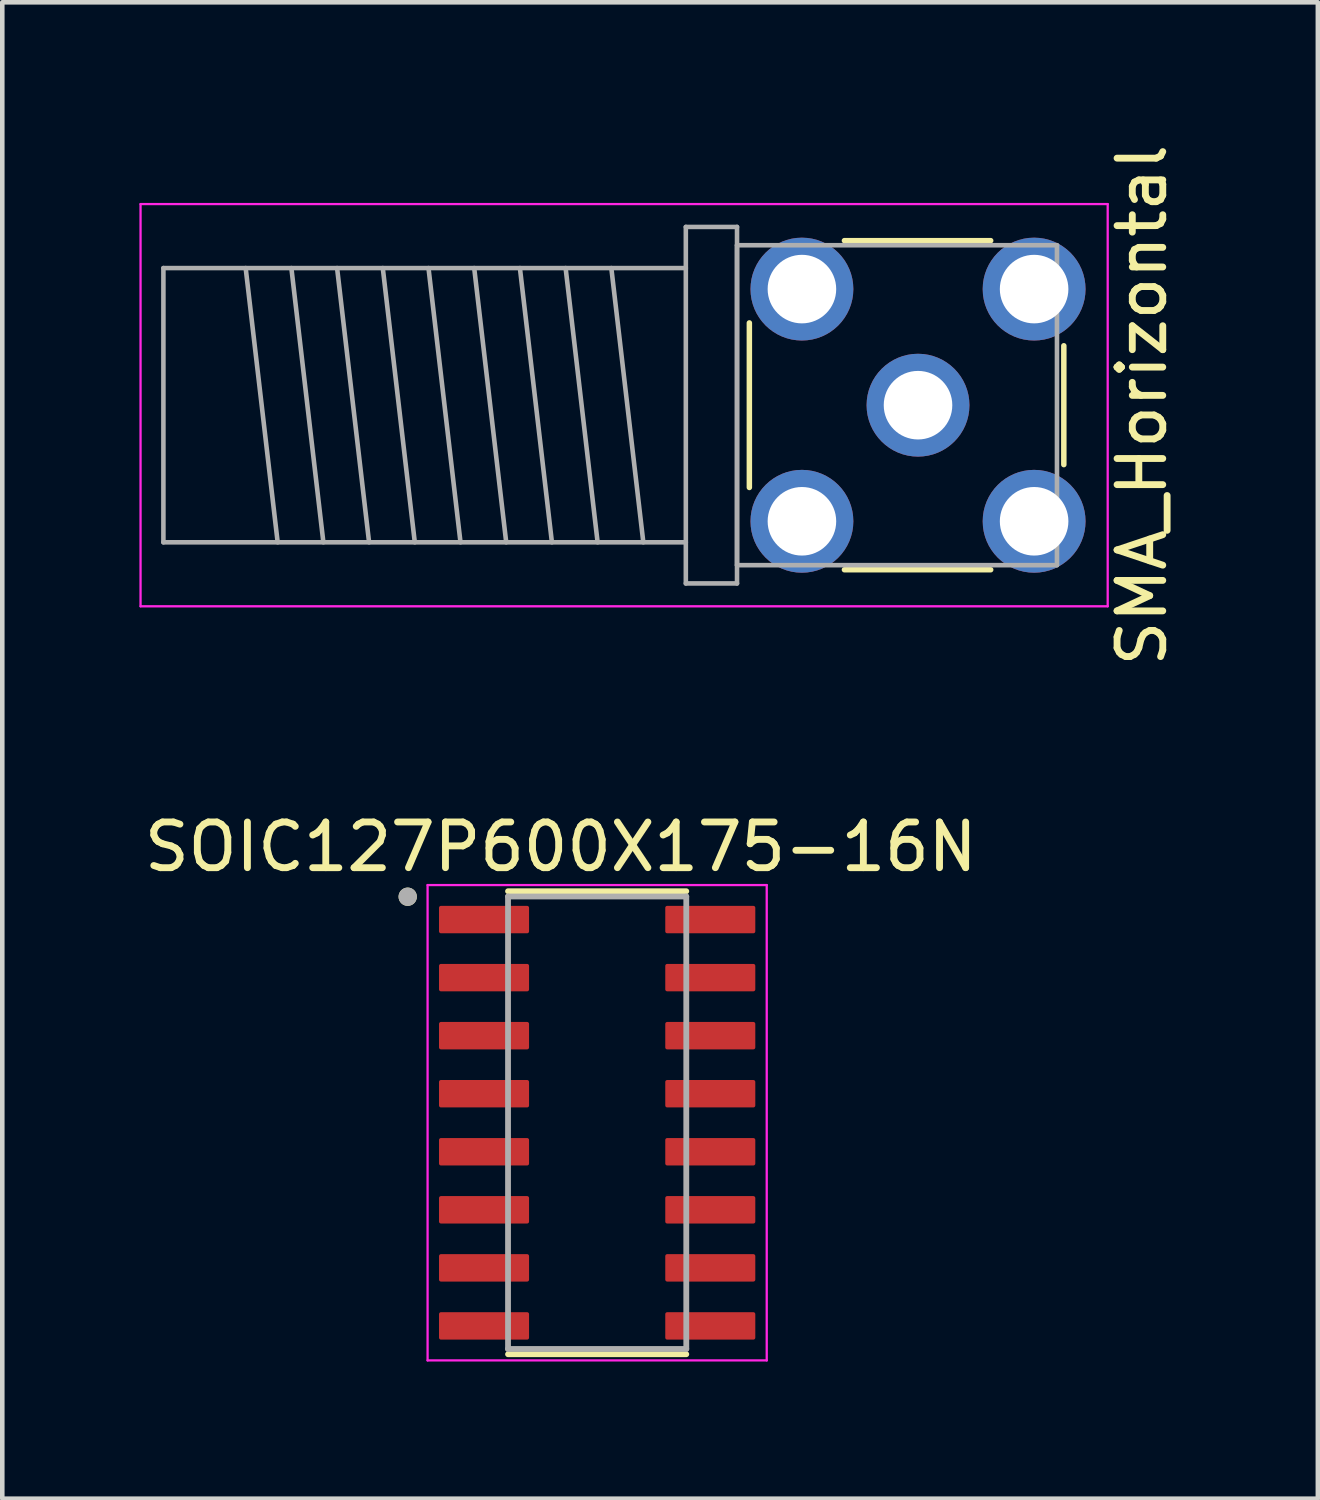
<source format=kicad_pcb>
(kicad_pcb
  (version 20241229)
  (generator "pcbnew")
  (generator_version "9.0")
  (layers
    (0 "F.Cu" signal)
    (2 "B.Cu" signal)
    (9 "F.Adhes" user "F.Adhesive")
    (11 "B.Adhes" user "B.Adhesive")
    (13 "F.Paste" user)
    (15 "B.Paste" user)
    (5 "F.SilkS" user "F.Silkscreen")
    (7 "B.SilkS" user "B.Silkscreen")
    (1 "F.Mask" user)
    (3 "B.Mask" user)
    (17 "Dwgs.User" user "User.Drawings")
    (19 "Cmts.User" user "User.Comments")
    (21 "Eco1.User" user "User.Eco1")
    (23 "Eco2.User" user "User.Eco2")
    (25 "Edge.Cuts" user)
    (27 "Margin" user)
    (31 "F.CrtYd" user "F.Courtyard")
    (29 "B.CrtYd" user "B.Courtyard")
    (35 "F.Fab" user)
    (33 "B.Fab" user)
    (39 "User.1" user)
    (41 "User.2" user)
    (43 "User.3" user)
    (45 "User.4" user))
  (footprint "SMA_Horizontal"
    (layer "F.Cu")
    (at 17.035 5.815)
    (property "Reference" "SMA_Horizontal" (at 4.9 0 270) (layer "F.SilkS") (effects (font (size 1 1) (thickness 0.15))))
    (attr through_hole)
    (fp_line (start -3.69 1.8) (end -3.69 -1.8) (stroke (width 0.12) (type solid)) (layer "F.SilkS"))
    (fp_line (start -1.61 -3.6) (end 1.59 -3.6) (stroke (width 0.12) (type solid)) (layer "F.SilkS"))
    (fp_line (start -1.61 3.6) (end 1.59 3.6) (stroke (width 0.12) (type solid)) (layer "F.SilkS"))
    (fp_line (start 3.19 1.3) (end 3.19 -1.3) (stroke (width 0.12) (type solid)) (layer "F.SilkS"))
    (fp_line (start -17.01 4.4) (end -17.01 -4.4) (stroke (width 0.05) (type solid)) (layer "F.CrtYd"))
    (fp_line (start -17.01 4.4) (end 4.15 4.4) (stroke (width 0.05) (type solid)) (layer "F.CrtYd"))
    (fp_line (start 4.15 -4.4) (end -17.01 -4.4) (stroke (width 0.05) (type solid)) (layer "F.CrtYd"))
    (fp_line (start 4.15 -4.4) (end 4.15 4.4) (stroke (width 0.05) (type solid)) (layer "F.CrtYd"))
    (fp_line (start -16.51 -3) (end -5.08 -3) (stroke (width 0.1) (type solid)) (layer "F.Fab"))
    (fp_line (start -16.51 3) (end -16.51 -3) (stroke (width 0.1) (type solid)) (layer "F.Fab"))
    (fp_line (start -16.51 3) (end -5.08 3) (stroke (width 0.1) (type solid)) (layer "F.Fab"))
    (fp_line (start -14.01 3) (end -14.71 -3) (stroke (width 0.1) (type solid)) (layer "F.Fab"))
    (fp_line (start -13.01 3) (end -13.71 -3) (stroke (width 0.1) (type solid)) (layer "F.Fab"))
    (fp_line (start -12.01 3) (end -12.71 -3) (stroke (width 0.1) (type solid)) (layer "F.Fab"))
    (fp_line (start -11.01 3) (end -11.71 -3) (stroke (width 0.1) (type solid)) (layer "F.Fab"))
    (fp_line (start -10.01 3) (end -10.71 -3) (stroke (width 0.1) (type solid)) (layer "F.Fab"))
    (fp_line (start -9.01 3) (end -9.71 -3) (stroke (width 0.1) (type solid)) (layer "F.Fab"))
    (fp_line (start -8.01 3) (end -8.71 -3) (stroke (width 0.1) (type solid)) (layer "F.Fab"))
    (fp_line (start -7.01 3) (end -7.71 -3) (stroke (width 0.1) (type solid)) (layer "F.Fab"))
    (fp_line (start -6.01 3) (end -6.71 -3) (stroke (width 0.1) (type solid)) (layer "F.Fab"))
    (fp_line (start -5.08 -3.9) (end -5.08 3.9) (stroke (width 0.1) (type solid)) (layer "F.Fab"))
    (fp_line (start -5.08 3.9) (end -3.96 3.9) (stroke (width 0.1) (type solid)) (layer "F.Fab"))
    (fp_line (start -3.96 -3.9) (end -5.08 -3.9) (stroke (width 0.1) (type solid)) (layer "F.Fab"))
    (fp_line (start -3.96 -3.5) (end 3.04 -3.5) (stroke (width 0.1) (type solid)) (layer "F.Fab"))
    (fp_line (start -3.96 3.5) (end -3.96 -3.5) (stroke (width 0.1) (type solid)) (layer "F.Fab"))
    (fp_line (start -3.96 3.5) (end 3.04 3.5) (stroke (width 0.1) (type solid)) (layer "F.Fab"))
    (fp_line (start -3.96 3.9) (end -3.96 -3.9) (stroke (width 0.1) (type solid)) (layer "F.Fab"))
    (fp_line (start 3.04 3.5) (end 3.04 -3.5) (stroke (width 0.1) (type solid)) (layer "F.Fab"))
    (pad "1" thru_hole circle (at 0 0) (size 2.25 2.25) (drill 1.5) (layers "*.Cu" "*.Mask"))
    (pad "2" thru_hole circle (at -2.54 -2.54) (size 2.25 2.25) (drill 1.5) (layers "*.Cu" "*.Mask"))
    (pad "2" thru_hole circle (at -2.54 2.54) (size 2.25 2.25) (drill 1.5) (layers "*.Cu" "*.Mask"))
    (pad "2" thru_hole circle (at 2.54 -2.54) (size 2.25 2.25) (drill 1.5) (layers "*.Cu" "*.Mask"))
    (pad "2" thru_hole circle (at 2.54 2.54 90) (size 2.25 2.25) (drill 1.5) (layers "*.Cu" "*.Mask")))
  (footprint "SOIC127P600X175-16N"
    (layer "F.Cu")
    (at 10.015 21.514)
    (property "Reference" "SOIC127P600X175-16N" (at -0.795 -6.035 0) (layer "F.SilkS") (effects (font (size 1 1) (thickness 0.15))))
    (attr smd)
    (fp_line (start -1.95 -5.065) (end 1.95 -5.065) (stroke (width 0.127) (type solid)) (layer "F.SilkS"))
    (fp_line (start -1.95 5.065) (end 1.95 5.065) (stroke (width 0.127) (type solid)) (layer "F.SilkS"))
    (fp_circle (center -4.145 -4.945) (end -4.045 -4.945) (stroke (width 0.2) (type solid)) (fill no) (layer "F.SilkS"))
    (fp_line (start -3.71 -5.2) (end -3.71 5.2) (stroke (width 0.05) (type solid)) (layer "F.CrtYd"))
    (fp_line (start -3.71 -5.2) (end 3.71 -5.2) (stroke (width 0.05) (type solid)) (layer "F.CrtYd"))
    (fp_line (start -3.71 5.2) (end 3.71 5.2) (stroke (width 0.05) (type solid)) (layer "F.CrtYd"))
    (fp_line (start 3.71 -5.2) (end 3.71 5.2) (stroke (width 0.05) (type solid)) (layer "F.CrtYd"))
    (fp_line (start -1.95 -4.95) (end -1.95 4.95) (stroke (width 0.127) (type solid)) (layer "F.Fab"))
    (fp_line (start -1.95 -4.95) (end 1.95 -4.95) (stroke (width 0.127) (type solid)) (layer "F.Fab"))
    (fp_line (start -1.95 4.95) (end 1.95 4.95) (stroke (width 0.127) (type solid)) (layer "F.Fab"))
    (fp_line (start 1.95 -4.95) (end 1.95 4.95) (stroke (width 0.127) (type solid)) (layer "F.Fab"))
    (fp_circle (center -4.145 -4.945) (end -4.045 -4.945) (stroke (width 0.2) (type solid)) (fill no) (layer "F.Fab"))
    (pad "1" smd roundrect (at -2.475 -4.445) (size 1.97 0.6) (layers "F.Cu" "F.Mask" "F.Paste") (roundrect_rratio 0.07))
    (pad "2" smd roundrect (at -2.475 -3.175) (size 1.97 0.6) (layers "F.Cu" "F.Mask" "F.Paste") (roundrect_rratio 0.07))
    (pad "3" smd roundrect (at -2.475 -1.905) (size 1.97 0.6) (layers "F.Cu" "F.Mask" "F.Paste") (roundrect_rratio 0.07))
    (pad "4" smd roundrect (at -2.475 -0.635) (size 1.97 0.6) (layers "F.Cu" "F.Mask" "F.Paste") (roundrect_rratio 0.07))
    (pad "5" smd roundrect (at -2.475 0.635) (size 1.97 0.6) (layers "F.Cu" "F.Mask" "F.Paste") (roundrect_rratio 0.07))
    (pad "6" smd roundrect (at -2.475 1.905) (size 1.97 0.6) (layers "F.Cu" "F.Mask" "F.Paste") (roundrect_rratio 0.07))
    (pad "7" smd roundrect (at -2.475 3.175) (size 1.97 0.6) (layers "F.Cu" "F.Mask" "F.Paste") (roundrect_rratio 0.07))
    (pad "8" smd roundrect (at -2.475 4.445) (size 1.97 0.6) (layers "F.Cu" "F.Mask" "F.Paste") (roundrect_rratio 0.07))
    (pad "9" smd roundrect (at 2.475 4.445) (size 1.97 0.6) (layers "F.Cu" "F.Mask" "F.Paste") (roundrect_rratio 0.07))
    (pad "10" smd roundrect (at 2.475 3.175) (size 1.97 0.6) (layers "F.Cu" "F.Mask" "F.Paste") (roundrect_rratio 0.07))
    (pad "11" smd roundrect (at 2.475 1.905) (size 1.97 0.6) (layers "F.Cu" "F.Mask" "F.Paste") (roundrect_rratio 0.07))
    (pad "12" smd roundrect (at 2.475 0.635) (size 1.97 0.6) (layers "F.Cu" "F.Mask" "F.Paste") (roundrect_rratio 0.07))
    (pad "13" smd roundrect (at 2.475 -0.635) (size 1.97 0.6) (layers "F.Cu" "F.Mask" "F.Paste") (roundrect_rratio 0.07))
    (pad "14" smd roundrect (at 2.475 -1.905) (size 1.97 0.6) (layers "F.Cu" "F.Mask" "F.Paste") (roundrect_rratio 0.07))
    (pad "15" smd roundrect (at 2.475 -3.175) (size 1.97 0.6) (layers "F.Cu" "F.Mask" "F.Paste") (roundrect_rratio 0.07))
    (pad "16" smd roundrect (at 2.475 -4.445) (size 1.97 0.6) (layers "F.Cu" "F.Mask" "F.Paste") (roundrect_rratio 0.07)))
  (gr_rect
    (start -3 -3)
    (end 25.783 29.739)
    (stroke (width 0.1) (type default))
    (fill no)
    (layer "Edge.Cuts")))
</source>
